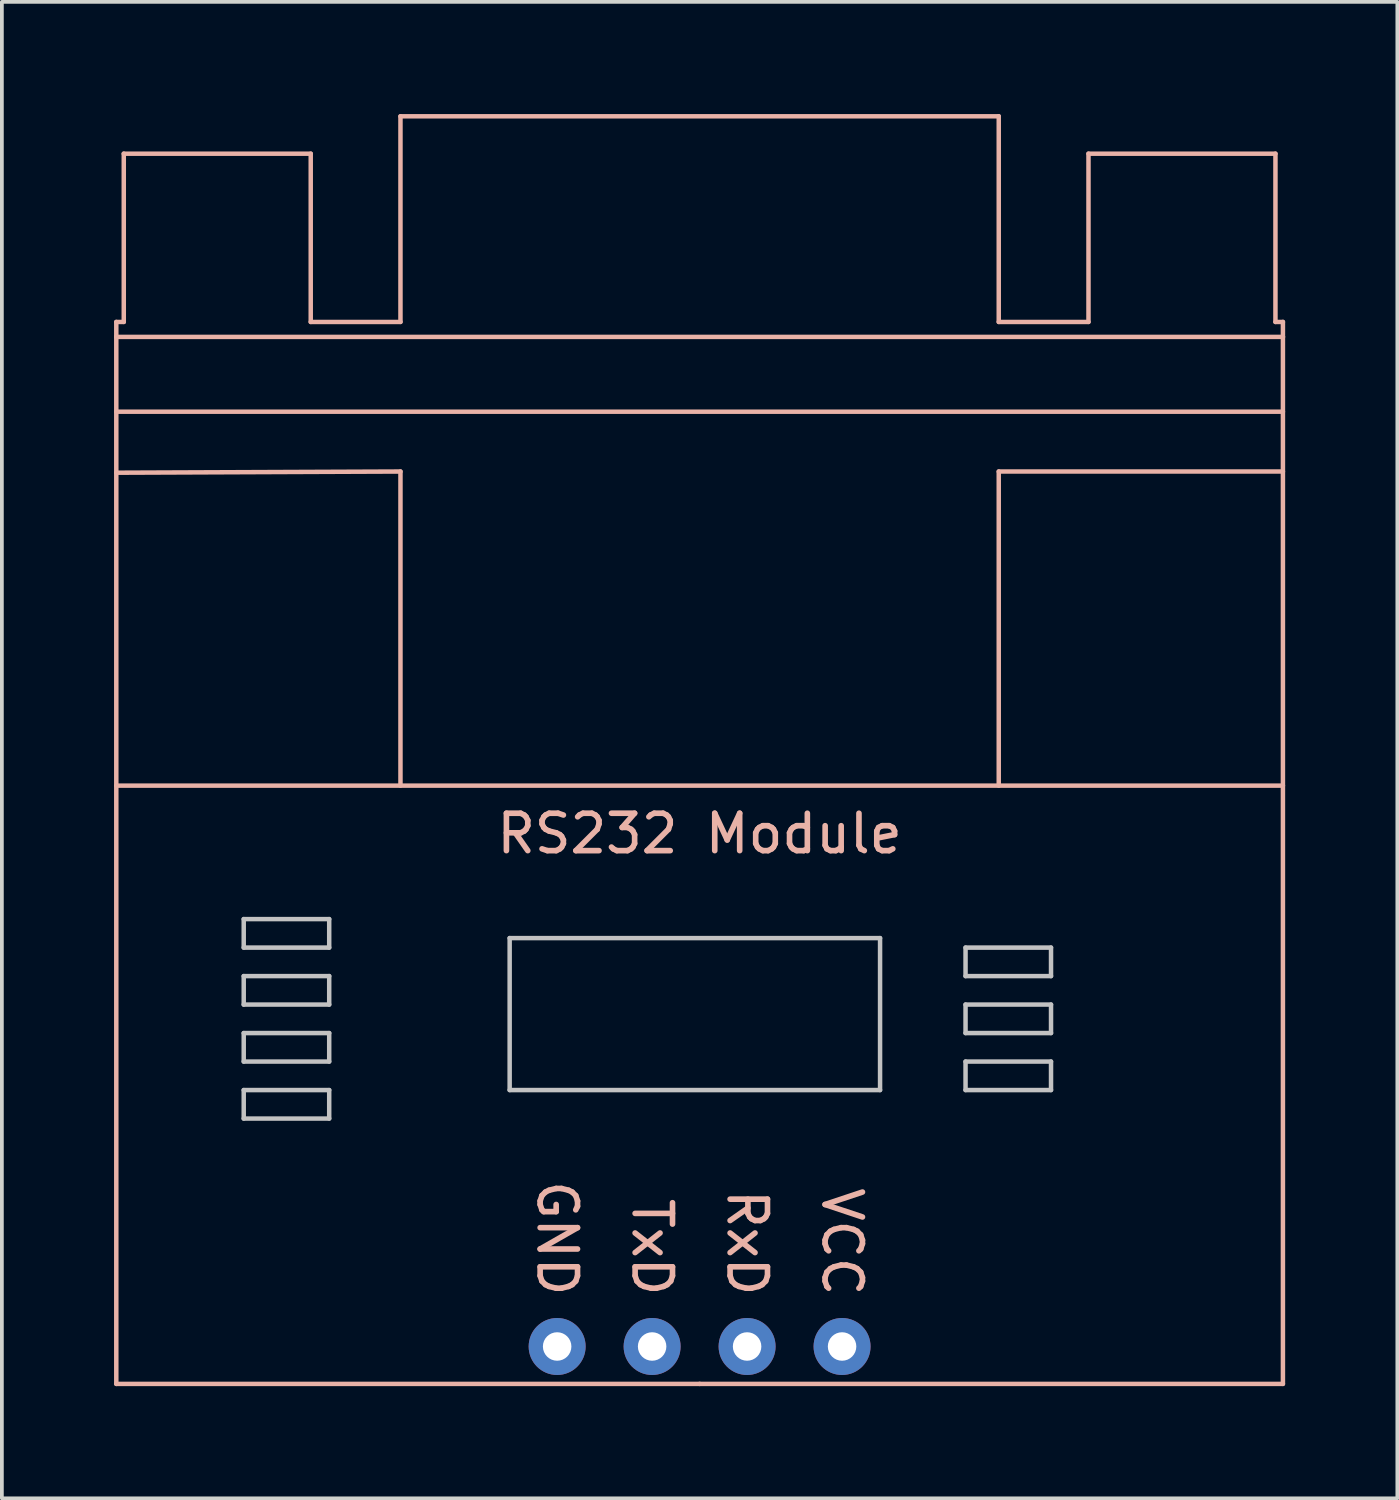
<source format=kicad_pcb>
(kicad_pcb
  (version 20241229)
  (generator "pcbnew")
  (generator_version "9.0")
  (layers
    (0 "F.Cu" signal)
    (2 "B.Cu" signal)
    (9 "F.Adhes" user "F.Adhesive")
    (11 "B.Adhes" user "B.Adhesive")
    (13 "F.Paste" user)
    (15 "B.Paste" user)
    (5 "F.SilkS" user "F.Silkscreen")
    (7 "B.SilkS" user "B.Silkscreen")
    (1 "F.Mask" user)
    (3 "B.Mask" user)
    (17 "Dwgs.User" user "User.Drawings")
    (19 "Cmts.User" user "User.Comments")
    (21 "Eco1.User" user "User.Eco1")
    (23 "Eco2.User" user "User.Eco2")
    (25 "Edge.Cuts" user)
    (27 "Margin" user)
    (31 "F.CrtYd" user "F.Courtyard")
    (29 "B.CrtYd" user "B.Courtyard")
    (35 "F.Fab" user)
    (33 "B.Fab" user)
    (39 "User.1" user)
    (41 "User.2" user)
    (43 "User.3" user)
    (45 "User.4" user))
  (footprint "RS232 Module"
    (layer "F.Cu")
    (at 15.66 32.96)
    (property "Reference" "RS232 Module" (at 0 -13.716 0) (layer "B.SilkS") (effects (font (size 1 1) (thickness 0.15))))
    (attr through_hole)
    (fp_line (start -15.6 -27.4) (end -15.4 -27.4) (stroke (width 0.12) (type solid)) (layer "B.SilkS"))
    (fp_line (start -15.6 -27) (end -15.6 -27.4) (stroke (width 0.12) (type solid)) (layer "B.SilkS"))
    (fp_line (start -15.6 -27) (end 15.6 -27) (stroke (width 0.12) (type solid)) (layer "B.SilkS"))
    (fp_line (start -15.6 -25) (end 15.6 -25) (stroke (width 0.12) (type solid)) (layer "B.SilkS"))
    (fp_line (start -15.6 -15) (end 15.6 -15) (stroke (width 0.12) (type solid)) (layer "B.SilkS"))
    (fp_line (start -15.6 1) (end -15.6 -27) (stroke (width 0.12) (type solid)) (layer "B.SilkS"))
    (fp_line (start -15.4 -31.9) (end -15.4 -27.4) (stroke (width 0.12) (type solid)) (layer "B.SilkS"))
    (fp_line (start -15.4 -31.9) (end -10.4 -31.9) (stroke (width 0.12) (type solid)) (layer "B.SilkS"))
    (fp_line (start -10.4 -31.9) (end -10.4 -27.4) (stroke (width 0.12) (type solid)) (layer "B.SilkS"))
    (fp_line (start -8 -32.9) (end -8 -27.4) (stroke (width 0.12) (type solid)) (layer "B.SilkS"))
    (fp_line (start -8 -32.9) (end 8 -32.9) (stroke (width 0.12) (type solid)) (layer "B.SilkS"))
    (fp_line (start -8 -27.4) (end -10.4 -27.4) (stroke (width 0.12) (type solid)) (layer "B.SilkS"))
    (fp_line (start -8 -23.4) (end -15.6 -23.368) (stroke (width 0.12) (type solid)) (layer "B.SilkS"))
    (fp_line (start -8 -15) (end -8 -23.4) (stroke (width 0.12) (type solid)) (layer "B.SilkS"))
    (fp_line (start 0 1) (end -15.6 1) (stroke (width 0.12) (type solid)) (layer "B.SilkS"))
    (fp_line (start 0 1) (end 15.6 1) (stroke (width 0.12) (type solid)) (layer "B.SilkS"))
    (fp_line (start 8 -32.9) (end 8 -27.4) (stroke (width 0.12) (type solid)) (layer "B.SilkS"))
    (fp_line (start 8 -27.4) (end 10.4 -27.4) (stroke (width 0.12) (type solid)) (layer "B.SilkS"))
    (fp_line (start 8 -23.4) (end 15.6 -23.4) (stroke (width 0.12) (type solid)) (layer "B.SilkS"))
    (fp_line (start 8 -15) (end 8 -23.4) (stroke (width 0.12) (type solid)) (layer "B.SilkS"))
    (fp_line (start 10.4 -31.9) (end 10.4 -27.4) (stroke (width 0.12) (type solid)) (layer "B.SilkS"))
    (fp_line (start 10.4 -31.9) (end 15.4 -31.9) (stroke (width 0.12) (type solid)) (layer "B.SilkS"))
    (fp_line (start 15.4 -31.9) (end 15.4 -27.4) (stroke (width 0.12) (type solid)) (layer "B.SilkS"))
    (fp_line (start 15.4 -27.4) (end 15.6 -27.4) (stroke (width 0.12) (type solid)) (layer "B.SilkS"))
    (fp_line (start 15.6 -27) (end 15.6 -27.4) (stroke (width 0.12) (type solid)) (layer "B.SilkS"))
    (fp_line (start 15.6 1) (end 15.6 -27) (stroke (width 0.12) (type solid)) (layer "B.SilkS"))
    (fp_line (start -12.192 -11.43) (end -9.906 -11.43) (stroke (width 0.12) (type solid)) (layer "Dwgs.User"))
    (fp_line (start -12.192 -10.668) (end -12.192 -11.43) (stroke (width 0.12) (type solid)) (layer "Dwgs.User"))
    (fp_line (start -12.192 -9.906) (end -9.906 -9.906) (stroke (width 0.12) (type solid)) (layer "Dwgs.User"))
    (fp_line (start -12.192 -9.144) (end -12.192 -9.906) (stroke (width 0.12) (type solid)) (layer "Dwgs.User"))
    (fp_line (start -12.192 -8.382) (end -9.906 -8.382) (stroke (width 0.12) (type solid)) (layer "Dwgs.User"))
    (fp_line (start -12.192 -7.62) (end -12.192 -8.382) (stroke (width 0.12) (type solid)) (layer "Dwgs.User"))
    (fp_line (start -12.192 -6.858) (end -9.906 -6.858) (stroke (width 0.12) (type solid)) (layer "Dwgs.User"))
    (fp_line (start -12.192 -6.096) (end -12.192 -6.858) (stroke (width 0.12) (type solid)) (layer "Dwgs.User"))
    (fp_line (start -9.906 -11.43) (end -9.906 -10.668) (stroke (width 0.12) (type solid)) (layer "Dwgs.User"))
    (fp_line (start -9.906 -10.668) (end -12.192 -10.668) (stroke (width 0.12) (type solid)) (layer "Dwgs.User"))
    (fp_line (start -9.906 -9.906) (end -9.906 -9.144) (stroke (width 0.12) (type solid)) (layer "Dwgs.User"))
    (fp_line (start -9.906 -9.144) (end -12.192 -9.144) (stroke (width 0.12) (type solid)) (layer "Dwgs.User"))
    (fp_line (start -9.906 -8.382) (end -9.906 -7.62) (stroke (width 0.12) (type solid)) (layer "Dwgs.User"))
    (fp_line (start -9.906 -7.62) (end -12.192 -7.62) (stroke (width 0.12) (type solid)) (layer "Dwgs.User"))
    (fp_line (start -9.906 -6.858) (end -9.906 -6.096) (stroke (width 0.12) (type solid)) (layer "Dwgs.User"))
    (fp_line (start -9.906 -6.096) (end -12.192 -6.096) (stroke (width 0.12) (type solid)) (layer "Dwgs.User"))
    (fp_line (start -5.08 -10.922) (end -5.08 -6.858) (stroke (width 0.12) (type solid)) (layer "Dwgs.User"))
    (fp_line (start -5.08 -6.858) (end 4.826 -6.858) (stroke (width 0.12) (type solid)) (layer "Dwgs.User"))
    (fp_line (start 4.826 -10.922) (end -5.08 -10.922) (stroke (width 0.12) (type solid)) (layer "Dwgs.User"))
    (fp_line (start 4.826 -6.858) (end 4.826 -10.922) (stroke (width 0.12) (type solid)) (layer "Dwgs.User"))
    (fp_line (start 7.112 -10.668) (end 9.398 -10.668) (stroke (width 0.12) (type solid)) (layer "Dwgs.User"))
    (fp_line (start 7.112 -9.906) (end 7.112 -10.668) (stroke (width 0.12) (type solid)) (layer "Dwgs.User"))
    (fp_line (start 7.112 -9.144) (end 9.398 -9.144) (stroke (width 0.12) (type solid)) (layer "Dwgs.User"))
    (fp_line (start 7.112 -8.382) (end 7.112 -9.144) (stroke (width 0.12) (type solid)) (layer "Dwgs.User"))
    (fp_line (start 7.112 -7.62) (end 9.398 -7.62) (stroke (width 0.12) (type solid)) (layer "Dwgs.User"))
    (fp_line (start 7.112 -6.858) (end 7.112 -7.62) (stroke (width 0.12) (type solid)) (layer "Dwgs.User"))
    (fp_line (start 9.398 -10.668) (end 9.398 -9.906) (stroke (width 0.12) (type solid)) (layer "Dwgs.User"))
    (fp_line (start 9.398 -9.906) (end 7.112 -9.906) (stroke (width 0.12) (type solid)) (layer "Dwgs.User"))
    (fp_line (start 9.398 -9.144) (end 9.398 -8.382) (stroke (width 0.12) (type solid)) (layer "Dwgs.User"))
    (fp_line (start 9.398 -8.382) (end 7.112 -8.382) (stroke (width 0.12) (type solid)) (layer "Dwgs.User"))
    (fp_line (start 9.398 -7.62) (end 9.398 -6.858) (stroke (width 0.12) (type solid)) (layer "Dwgs.User"))
    (fp_line (start 9.398 -6.858) (end 7.112 -6.858) (stroke (width 0.12) (type solid)) (layer "Dwgs.User"))
    (fp_text user "RxD" (at 1.27 -1.27 270) (unlocked yes) (layer "B.SilkS") (effects (font (size 1 1) (thickness 0.15)) (justify right)))
    (fp_text user "VCC" (at 3.81 -1.27 270) (unlocked yes) (layer "B.SilkS") (effects (font (size 1 1) (thickness 0.15)) (justify right)))
    (fp_text user "GND" (at -3.81 -1.27 270) (unlocked yes) (layer "B.SilkS") (effects (font (size 1 1) (thickness 0.15)) (justify right)))
    (fp_text user "TxD" (at -1.27 -1.27 270) (unlocked yes) (layer "B.SilkS") (effects (font (size 1 1) (thickness 0.15)) (justify right)))
    (pad "1" thru_hole circle (at 3.81 0) (size 1.524 1.524) (drill 0.762) (layers "*.Cu" "*.Mask"))
    (pad "2" thru_hole circle (at 1.27 0) (size 1.524 1.524) (drill 0.762) (layers "*.Cu" "*.Mask"))
    (pad "3" thru_hole circle (at -1.27 0) (size 1.524 1.524) (drill 0.762) (layers "*.Cu" "*.Mask"))
    (pad "4" thru_hole circle (at -3.81 0) (size 1.524 1.524) (drill 0.762) (layers "*.Cu" "*.Mask")))
  (gr_rect
    (start -3 -3)
    (end 34.32 37.02)
    (stroke (width 0.1) (type default))
    (fill no)
    (layer "Edge.Cuts")))
</source>
